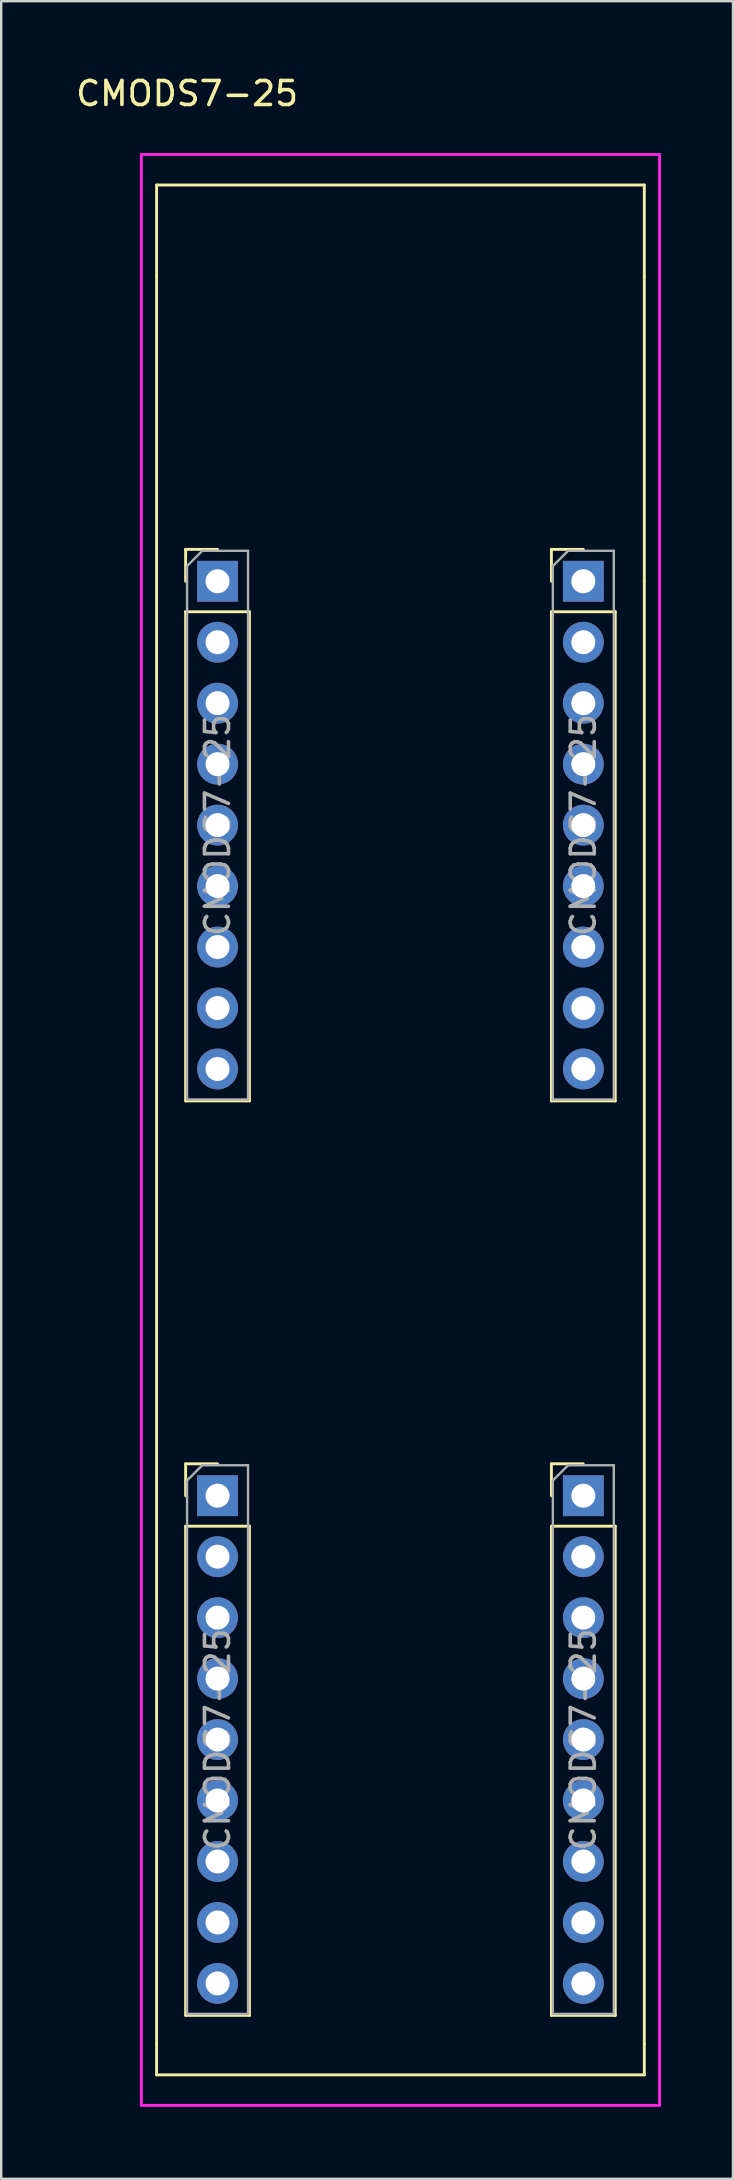
<source format=kicad_pcb>
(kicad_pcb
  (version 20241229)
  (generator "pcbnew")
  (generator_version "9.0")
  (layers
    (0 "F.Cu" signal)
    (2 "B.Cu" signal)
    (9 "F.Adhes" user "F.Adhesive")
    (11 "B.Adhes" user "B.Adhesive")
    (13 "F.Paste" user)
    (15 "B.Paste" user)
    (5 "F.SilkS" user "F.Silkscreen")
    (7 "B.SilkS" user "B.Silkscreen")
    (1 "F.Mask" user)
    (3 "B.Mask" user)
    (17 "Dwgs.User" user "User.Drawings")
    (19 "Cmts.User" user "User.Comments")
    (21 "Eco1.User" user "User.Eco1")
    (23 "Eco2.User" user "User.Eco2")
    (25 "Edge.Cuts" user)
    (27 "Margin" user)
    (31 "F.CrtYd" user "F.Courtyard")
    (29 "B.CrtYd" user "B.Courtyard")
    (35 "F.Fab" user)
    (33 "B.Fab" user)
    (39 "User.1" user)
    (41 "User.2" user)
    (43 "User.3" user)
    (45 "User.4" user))
  (footprint "CMODS7-25"
    (layer "F.Cu")
    (at 6.014 21.168)
    (property "Reference" "CMODS7-25" (at -1.27 -20.32 0) (layer "F.SilkS") (effects (font (size 1 1) (thickness 0.15))))
    (attr through_hole)
    (fp_line (start -2.54 -16.51) (end -2.54 -12.7) (stroke (width 0.12) (type solid)) (layer "F.SilkS"))
    (fp_line (start -2.54 -12.7) (end -2.54 60.96) (stroke (width 0.12) (type solid)) (layer "F.SilkS"))
    (fp_line (start -2.54 62.23) (end -2.54 60.96) (stroke (width 0.12) (type solid)) (layer "F.SilkS"))
    (fp_line (start -2.54 62.23) (end 17.78 62.23) (stroke (width 0.12) (type solid)) (layer "F.SilkS"))
    (fp_line (start -1.33 -1.33) (end 0 -1.33) (stroke (width 0.12) (type solid)) (layer "F.SilkS"))
    (fp_line (start -1.33 0) (end -1.33 -1.33) (stroke (width 0.12) (type solid)) (layer "F.SilkS"))
    (fp_line (start -1.33 1.27) (end -1.33 21.65) (stroke (width 0.12) (type solid)) (layer "F.SilkS"))
    (fp_line (start -1.33 1.27) (end 1.33 1.27) (stroke (width 0.12) (type solid)) (layer "F.SilkS"))
    (fp_line (start -1.33 21.65) (end 1.33 21.65) (stroke (width 0.12) (type solid)) (layer "F.SilkS"))
    (fp_line (start -1.33 36.77) (end 0 36.77) (stroke (width 0.12) (type solid)) (layer "F.SilkS"))
    (fp_line (start -1.33 38.1) (end -1.33 36.77) (stroke (width 0.12) (type solid)) (layer "F.SilkS"))
    (fp_line (start -1.33 39.37) (end -1.33 59.75) (stroke (width 0.12) (type solid)) (layer "F.SilkS"))
    (fp_line (start -1.33 39.37) (end 1.33 39.37) (stroke (width 0.12) (type solid)) (layer "F.SilkS"))
    (fp_line (start -1.33 59.75) (end 1.33 59.75) (stroke (width 0.12) (type solid)) (layer "F.SilkS"))
    (fp_line (start 1.33 1.27) (end 1.33 21.65) (stroke (width 0.12) (type solid)) (layer "F.SilkS"))
    (fp_line (start 1.33 39.37) (end 1.33 59.75) (stroke (width 0.12) (type solid)) (layer "F.SilkS"))
    (fp_line (start 13.91 -1.33) (end 15.24 -1.33) (stroke (width 0.12) (type solid)) (layer "F.SilkS"))
    (fp_line (start 13.91 0) (end 13.91 -1.33) (stroke (width 0.12) (type solid)) (layer "F.SilkS"))
    (fp_line (start 13.91 1.27) (end 13.91 21.65) (stroke (width 0.12) (type solid)) (layer "F.SilkS"))
    (fp_line (start 13.91 1.27) (end 16.57 1.27) (stroke (width 0.12) (type solid)) (layer "F.SilkS"))
    (fp_line (start 13.91 21.65) (end 16.57 21.65) (stroke (width 0.12) (type solid)) (layer "F.SilkS"))
    (fp_line (start 13.91 36.77) (end 15.24 36.77) (stroke (width 0.12) (type solid)) (layer "F.SilkS"))
    (fp_line (start 13.91 38.1) (end 13.91 36.77) (stroke (width 0.12) (type solid)) (layer "F.SilkS"))
    (fp_line (start 13.91 39.37) (end 13.91 59.75) (stroke (width 0.12) (type solid)) (layer "F.SilkS"))
    (fp_line (start 13.91 39.37) (end 16.57 39.37) (stroke (width 0.12) (type solid)) (layer "F.SilkS"))
    (fp_line (start 13.91 59.75) (end 16.57 59.75) (stroke (width 0.12) (type solid)) (layer "F.SilkS"))
    (fp_line (start 16.57 1.27) (end 16.57 21.65) (stroke (width 0.12) (type solid)) (layer "F.SilkS"))
    (fp_line (start 16.57 39.37) (end 16.57 59.75) (stroke (width 0.12) (type solid)) (layer "F.SilkS"))
    (fp_line (start 17.78 -16.51) (end -2.54 -16.51) (stroke (width 0.12) (type solid)) (layer "F.SilkS"))
    (fp_line (start 17.78 -16.51) (end 17.78 -12.7) (stroke (width 0.12) (type solid)) (layer "F.SilkS"))
    (fp_line (start 17.78 0) (end 17.78 -12.7) (stroke (width 0.12) (type solid)) (layer "F.SilkS"))
    (fp_line (start 17.78 60.96) (end 17.78 0) (stroke (width 0.12) (type solid)) (layer "F.SilkS"))
    (fp_line (start 17.78 60.96) (end 17.78 62.23) (stroke (width 0.12) (type solid)) (layer "F.SilkS"))
    (fp_line (start -3.175 -17.78) (end -3.175 -13.335) (stroke (width 0.12) (type solid)) (layer "F.CrtYd"))
    (fp_line (start -3.175 -13.335) (end -3.175 61.595) (stroke (width 0.12) (type solid)) (layer "F.CrtYd"))
    (fp_line (start -3.175 61.595) (end -3.175 63.5) (stroke (width 0.12) (type solid)) (layer "F.CrtYd"))
    (fp_line (start -3.175 63.5) (end 18.415 63.5) (stroke (width 0.12) (type solid)) (layer "F.CrtYd"))
    (fp_line (start 18.415 -17.78) (end -3.175 -17.78) (stroke (width 0.12) (type solid)) (layer "F.CrtYd"))
    (fp_line (start 18.415 -17.78) (end 18.415 -13.335) (stroke (width 0.12) (type solid)) (layer "F.CrtYd"))
    (fp_line (start 18.415 61.595) (end 18.415 -13.335) (stroke (width 0.12) (type solid)) (layer "F.CrtYd"))
    (fp_line (start 18.415 61.595) (end 18.415 63.5) (stroke (width 0.12) (type solid)) (layer "F.CrtYd"))
    (fp_line (start -1.27 -0.635) (end -0.635 -1.27) (stroke (width 0.1) (type solid)) (layer "F.Fab"))
    (fp_line (start -1.27 21.59) (end -1.27 -0.635) (stroke (width 0.1) (type solid)) (layer "F.Fab"))
    (fp_line (start -1.27 37.465) (end -0.635 36.83) (stroke (width 0.1) (type solid)) (layer "F.Fab"))
    (fp_line (start -1.27 59.69) (end -1.27 37.465) (stroke (width 0.1) (type solid)) (layer "F.Fab"))
    (fp_line (start -0.635 -1.27) (end 1.27 -1.27) (stroke (width 0.1) (type solid)) (layer "F.Fab"))
    (fp_line (start -0.635 36.83) (end 1.27 36.83) (stroke (width 0.1) (type solid)) (layer "F.Fab"))
    (fp_line (start 1.27 -1.27) (end 1.27 21.59) (stroke (width 0.1) (type solid)) (layer "F.Fab"))
    (fp_line (start 1.27 21.59) (end -1.27 21.59) (stroke (width 0.1) (type solid)) (layer "F.Fab"))
    (fp_line (start 1.27 36.83) (end 1.27 59.69) (stroke (width 0.1) (type solid)) (layer "F.Fab"))
    (fp_line (start 1.27 59.69) (end -1.27 59.69) (stroke (width 0.1) (type solid)) (layer "F.Fab"))
    (fp_line (start 13.97 -0.635) (end 14.605 -1.27) (stroke (width 0.1) (type solid)) (layer "F.Fab"))
    (fp_line (start 13.97 21.59) (end 13.97 -0.635) (stroke (width 0.1) (type solid)) (layer "F.Fab"))
    (fp_line (start 13.97 37.465) (end 14.605 36.83) (stroke (width 0.1) (type solid)) (layer "F.Fab"))
    (fp_line (start 13.97 59.69) (end 13.97 37.465) (stroke (width 0.1) (type solid)) (layer "F.Fab"))
    (fp_line (start 14.605 -1.27) (end 16.51 -1.27) (stroke (width 0.1) (type solid)) (layer "F.Fab"))
    (fp_line (start 14.605 36.83) (end 16.51 36.83) (stroke (width 0.1) (type solid)) (layer "F.Fab"))
    (fp_line (start 16.51 -1.27) (end 16.51 21.59) (stroke (width 0.1) (type solid)) (layer "F.Fab"))
    (fp_line (start 16.51 21.59) (end 13.97 21.59) (stroke (width 0.1) (type solid)) (layer "F.Fab"))
    (fp_line (start 16.51 36.83) (end 16.51 59.69) (stroke (width 0.1) (type solid)) (layer "F.Fab"))
    (fp_line (start 16.51 59.69) (end 13.97 59.69) (stroke (width 0.1) (type solid)) (layer "F.Fab"))
    (fp_text user "${REFERENCE}" (at 15.24 10.16 90) (layer "F.Fab") (effects (font (size 1 1) (thickness 0.15))))
    (fp_text user "${REFERENCE}" (at 0 10.16 90) (layer "F.Fab") (effects (font (size 1 1) (thickness 0.15))))
    (fp_text user "${REFERENCE}" (at 15.24 48.26 90) (layer "F.Fab") (effects (font (size 1 1) (thickness 0.15))))
    (fp_text user "${REFERENCE}" (at 0 48.26 90) (layer "F.Fab") (effects (font (size 1 1) (thickness 0.15))))
    (pad "1" thru_hole rect (at 0 0) (size 1.7 1.7) (drill 1) (layers "*.Cu" "*.Mask"))
    (pad "2" thru_hole oval (at 0 2.54) (size 1.7 1.7) (drill 1) (layers "*.Cu" "*.Mask"))
    (pad "3" thru_hole oval (at 0 5.08) (size 1.7 1.7) (drill 1) (layers "*.Cu" "*.Mask"))
    (pad "4" thru_hole oval (at 0 7.62) (size 1.7 1.7) (drill 1) (layers "*.Cu" "*.Mask"))
    (pad "5" thru_hole oval (at 0 10.16) (size 1.7 1.7) (drill 1) (layers "*.Cu" "*.Mask"))
    (pad "6" thru_hole oval (at 0 12.7) (size 1.7 1.7) (drill 1) (layers "*.Cu" "*.Mask"))
    (pad "7" thru_hole oval (at 0 15.24) (size 1.7 1.7) (drill 1) (layers "*.Cu" "*.Mask"))
    (pad "8" thru_hole oval (at 0 17.78) (size 1.7 1.7) (drill 1) (layers "*.Cu" "*.Mask"))
    (pad "9" thru_hole oval (at 0 20.32) (size 1.7 1.7) (drill 1) (layers "*.Cu" "*.Mask"))
    (pad "16" thru_hole rect (at 0 38.1) (size 1.7 1.7) (drill 1) (layers "*.Cu" "*.Mask"))
    (pad "17" thru_hole oval (at 0 40.64) (size 1.7 1.7) (drill 1) (layers "*.Cu" "*.Mask"))
    (pad "18" thru_hole oval (at 0 43.18) (size 1.7 1.7) (drill 1) (layers "*.Cu" "*.Mask"))
    (pad "19" thru_hole oval (at 0 45.72) (size 1.7 1.7) (drill 1) (layers "*.Cu" "*.Mask"))
    (pad "20" thru_hole oval (at 0 48.26) (size 1.7 1.7) (drill 1) (layers "*.Cu" "*.Mask"))
    (pad "21" thru_hole oval (at 0 50.8) (size 1.7 1.7) (drill 1) (layers "*.Cu" "*.Mask"))
    (pad "22" thru_hole oval (at 0 53.34) (size 1.7 1.7) (drill 1) (layers "*.Cu" "*.Mask"))
    (pad "23" thru_hole oval (at 0 55.88) (size 1.7 1.7) (drill 1) (layers "*.Cu" "*.Mask"))
    (pad "24" thru_hole oval (at 0 58.42) (size 1.7 1.7) (drill 1) (layers "*.Cu" "*.Mask"))
    (pad "25" thru_hole oval (at 15.24 58.42) (size 1.7 1.7) (drill 1) (layers "*.Cu" "*.Mask"))
    (pad "26" thru_hole oval (at 15.24 55.88) (size 1.7 1.7) (drill 1) (layers "*.Cu" "*.Mask"))
    (pad "27" thru_hole oval (at 15.24 53.34) (size 1.7 1.7) (drill 1) (layers "*.Cu" "*.Mask"))
    (pad "28" thru_hole oval (at 15.24 50.8) (size 1.7 1.7) (drill 1) (layers "*.Cu" "*.Mask"))
    (pad "29" thru_hole oval (at 15.24 48.26) (size 1.7 1.7) (drill 1) (layers "*.Cu" "*.Mask"))
    (pad "30" thru_hole oval (at 15.24 45.72) (size 1.7 1.7) (drill 1) (layers "*.Cu" "*.Mask"))
    (pad "31" thru_hole oval (at 15.24 43.18) (size 1.7 1.7) (drill 1) (layers "*.Cu" "*.Mask"))
    (pad "32" thru_hole oval (at 15.24 40.64) (size 1.7 1.7) (drill 1) (layers "*.Cu" "*.Mask"))
    (pad "33" thru_hole rect (at 15.24 38.1) (size 1.7 1.7) (drill 1) (layers "*.Cu" "*.Mask"))
    (pad "40" thru_hole oval (at 15.24 20.32) (size 1.7 1.7) (drill 1) (layers "*.Cu" "*.Mask"))
    (pad "41" thru_hole oval (at 15.24 17.78) (size 1.7 1.7) (drill 1) (layers "*.Cu" "*.Mask"))
    (pad "42" thru_hole oval (at 15.24 15.24) (size 1.7 1.7) (drill 1) (layers "*.Cu" "*.Mask"))
    (pad "43" thru_hole oval (at 15.24 12.7) (size 1.7 1.7) (drill 1) (layers "*.Cu" "*.Mask"))
    (pad "44" thru_hole oval (at 15.24 10.16) (size 1.7 1.7) (drill 1) (layers "*.Cu" "*.Mask"))
    (pad "45" thru_hole oval (at 15.24 7.62) (size 1.7 1.7) (drill 1) (layers "*.Cu" "*.Mask"))
    (pad "46" thru_hole oval (at 15.24 5.08) (size 1.7 1.7) (drill 1) (layers "*.Cu" "*.Mask"))
    (pad "47" thru_hole oval (at 15.24 2.54) (size 1.7 1.7) (drill 1) (layers "*.Cu" "*.Mask"))
    (pad "48" thru_hole rect (at 15.24 0) (size 1.7 1.7) (drill 1) (layers "*.Cu" "*.Mask")))
  (gr_rect
    (start -3 -3)
    (end 27.489 87.728)
    (stroke (width 0.1) (type default))
    (fill no)
    (layer "Edge.Cuts")))
</source>
